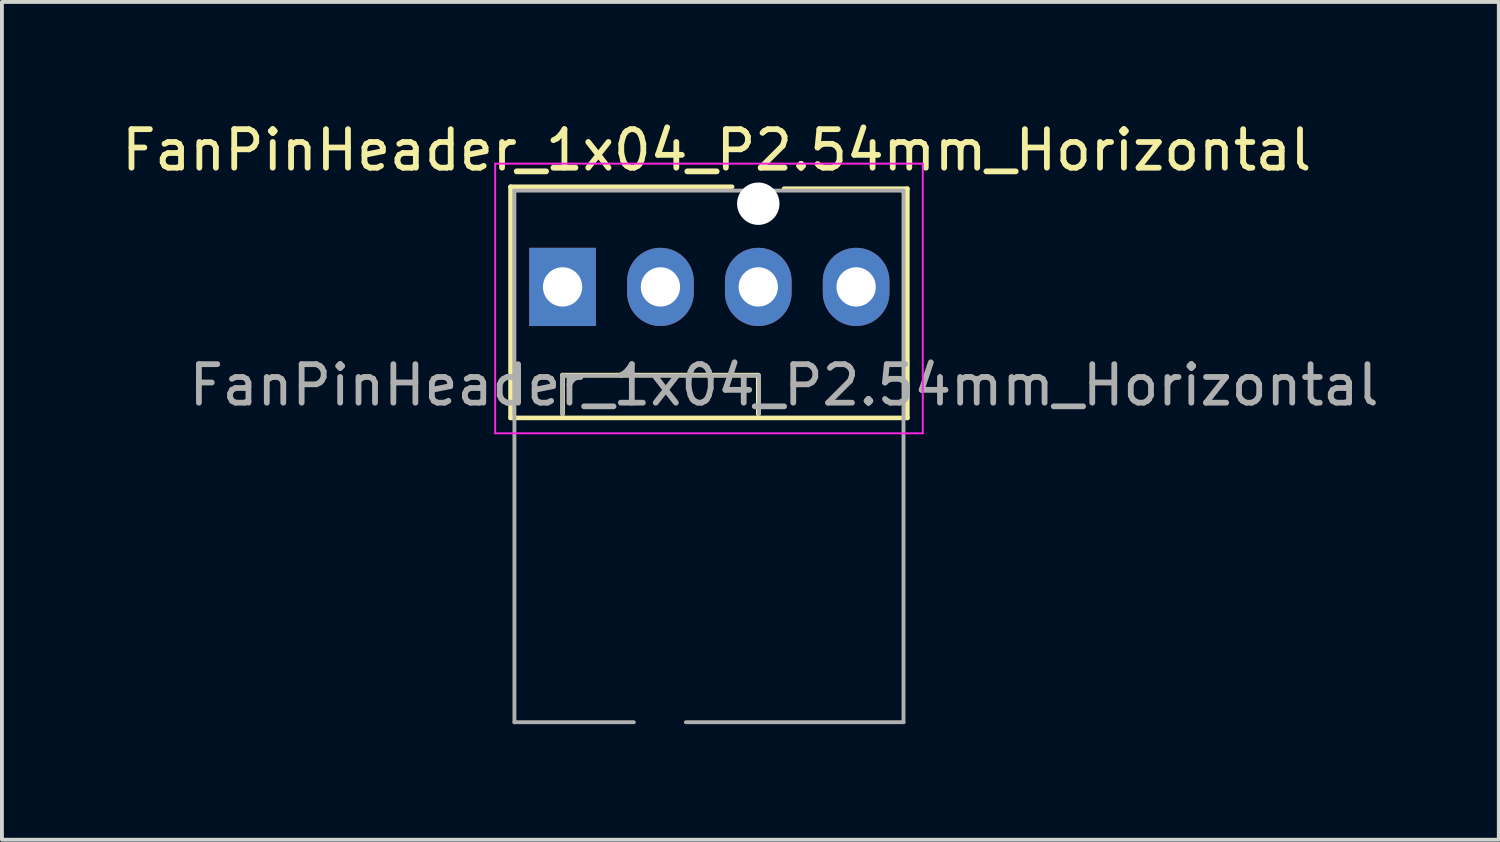
<source format=kicad_pcb>
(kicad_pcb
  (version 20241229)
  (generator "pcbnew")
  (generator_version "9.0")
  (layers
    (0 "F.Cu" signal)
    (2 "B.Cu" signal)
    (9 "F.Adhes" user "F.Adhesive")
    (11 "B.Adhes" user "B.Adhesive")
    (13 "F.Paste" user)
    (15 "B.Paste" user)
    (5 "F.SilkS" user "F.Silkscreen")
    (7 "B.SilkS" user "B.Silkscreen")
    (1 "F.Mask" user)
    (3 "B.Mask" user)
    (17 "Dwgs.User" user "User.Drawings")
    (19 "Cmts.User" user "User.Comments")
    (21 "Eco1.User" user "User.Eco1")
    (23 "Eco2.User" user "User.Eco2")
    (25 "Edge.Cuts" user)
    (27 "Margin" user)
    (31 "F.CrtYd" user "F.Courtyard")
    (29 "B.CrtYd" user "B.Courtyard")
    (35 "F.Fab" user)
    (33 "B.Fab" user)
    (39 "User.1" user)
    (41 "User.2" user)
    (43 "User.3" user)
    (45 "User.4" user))
  (footprint "FanPinHeader_1x04_P2.54mm_Horizontal"
    (layer "F.Cu")
    (at 11.554 4.398)
    (property "Reference" "FanPinHeader_1x04_P2.54mm_Horizontal" (at 4 -3.55 0) (layer "F.SilkS") (effects (font (size 1 1) (thickness 0.15))))
    (attr through_hole)
    (fp_line (start -1.35 -2.6) (end 4.4 -2.6) (stroke (width 0.12) (type solid)) (layer "F.SilkS"))
    (fp_line (start -1.35 3.4) (end -1.35 -2.6) (stroke (width 0.12) (type solid)) (layer "F.SilkS"))
    (fp_line (start 0 2.29) (end 5.08 2.29) (stroke (width 0.12) (type solid)) (layer "F.SilkS"))
    (fp_line (start 0 3.3) (end 0 2.29) (stroke (width 0.12) (type solid)) (layer "F.SilkS"))
    (fp_line (start 5.08 2.29) (end 5.08 3.3) (stroke (width 0.12) (type solid)) (layer "F.SilkS"))
    (fp_line (start 5.75 -2.55) (end 8.95 -2.55) (stroke (width 0.12) (type solid)) (layer "F.SilkS"))
    (fp_line (start 8.95 -2.55) (end 8.95 3.4) (stroke (width 0.12) (type solid)) (layer "F.SilkS"))
    (fp_line (start 8.95 3.4) (end -1.35 3.4) (stroke (width 0.12) (type solid)) (layer "F.SilkS"))
    (fp_line (start -1.75 3.8) (end -1.75 -3.2) (stroke (width 0.05) (type solid)) (layer "F.CrtYd"))
    (fp_line (start -1.75 3.8) (end 9.35 3.8) (stroke (width 0.05) (type solid)) (layer "F.CrtYd"))
    (fp_line (start 9.35 -3.2) (end -1.75 -3.2) (stroke (width 0.05) (type solid)) (layer "F.CrtYd"))
    (fp_line (start 9.35 -3.2) (end 9.35 3.8) (stroke (width 0.05) (type solid)) (layer "F.CrtYd"))
    (fp_line (start -1.25 -2.5) (end 8.8 -2.5) (stroke (width 0.1) (type solid)) (layer "F.Fab"))
    (fp_line (start -1.25 11.3) (end -1.25 -2.5) (stroke (width 0.1) (type solid)) (layer "F.Fab"))
    (fp_line (start 0 2.3) (end 0 3.3) (stroke (width 0.1) (type solid)) (layer "F.Fab"))
    (fp_line (start 1.85 11.3) (end -1.25 11.3) (stroke (width 0.1) (type solid)) (layer "F.Fab"))
    (fp_line (start 5.1 2.3) (end 0 2.3) (stroke (width 0.1) (type solid)) (layer "F.Fab"))
    (fp_line (start 5.1 3.3) (end 5.1 2.3) (stroke (width 0.1) (type solid)) (layer "F.Fab"))
    (fp_line (start 8.8 -2.5) (end 8.85 -2.5) (stroke (width 0.1) (type solid)) (layer "F.Fab"))
    (fp_line (start 8.85 -2.5) (end 8.85 11.3) (stroke (width 0.1) (type solid)) (layer "F.Fab"))
    (fp_line (start 8.85 11.3) (end 3.2 11.3) (stroke (width 0.1) (type solid)) (layer "F.Fab"))
    (fp_text user "${REFERENCE}" (at 5.75 2.55 180) (layer "F.Fab") (effects (font (size 1 1) (thickness 0.15))))
    (pad "" np_thru_hole circle (at 5.08 -2.16 90) (size 1.1 1.1) (drill 1.1) (layers "*.Cu" "*.Mask"))
    (pad "1" thru_hole rect (at 0 0 90) (size 2.03 1.73) (drill 1.02) (layers "*.Cu" "*.Mask"))
    (pad "2" thru_hole oval (at 2.54 0 90) (size 2.03 1.73) (drill 1.02) (layers "*.Cu" "*.Mask"))
    (pad "3" thru_hole oval (at 5.08 0 90) (size 2.03 1.73) (drill 1.02) (layers "*.Cu" "*.Mask"))
    (pad "4" thru_hole oval (at 7.62 0 90) (size 2.03 1.73) (drill 1.02) (layers "*.Cu" "*.Mask")))
  (gr_rect
    (start -3 -3)
    (end 35.857 18.748)
    (stroke (width 0.1) (type default))
    (fill no)
    (layer "Edge.Cuts")))
</source>
